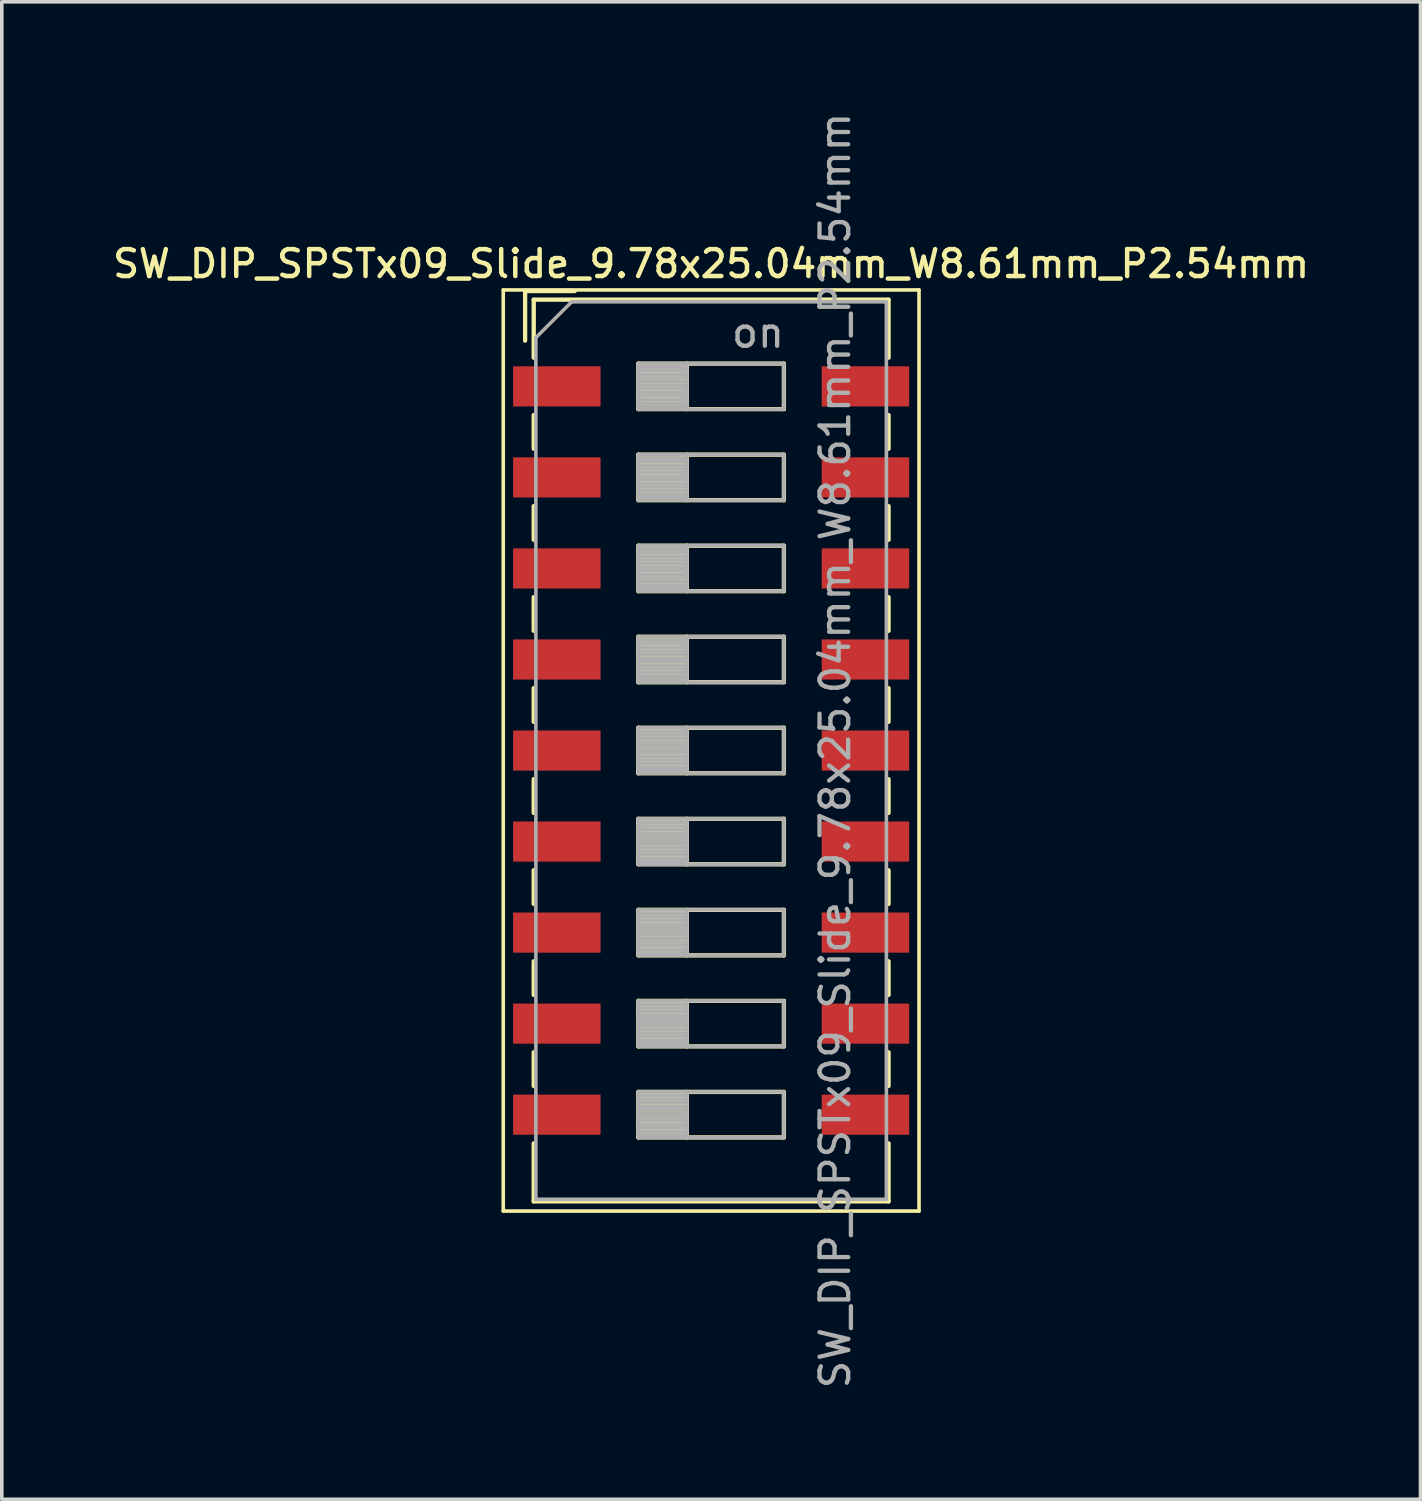
<source format=kicad_pcb>
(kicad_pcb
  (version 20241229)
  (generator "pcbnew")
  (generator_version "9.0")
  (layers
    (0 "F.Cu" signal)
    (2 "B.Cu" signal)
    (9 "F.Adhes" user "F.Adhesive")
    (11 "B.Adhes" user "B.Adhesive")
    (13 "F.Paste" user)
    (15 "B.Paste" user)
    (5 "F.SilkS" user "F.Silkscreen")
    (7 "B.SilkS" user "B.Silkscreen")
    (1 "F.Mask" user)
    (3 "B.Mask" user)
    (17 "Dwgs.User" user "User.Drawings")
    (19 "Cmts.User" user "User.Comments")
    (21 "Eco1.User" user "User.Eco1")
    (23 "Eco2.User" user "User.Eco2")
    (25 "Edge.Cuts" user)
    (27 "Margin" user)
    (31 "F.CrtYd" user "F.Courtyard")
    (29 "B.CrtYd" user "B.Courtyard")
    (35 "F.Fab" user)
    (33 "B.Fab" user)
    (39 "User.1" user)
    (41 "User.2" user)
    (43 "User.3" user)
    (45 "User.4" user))
  (footprint "SW_DIP_SPSTx09_Slide_9.78x25.04mm_W8.61mm_P2.54mm"
    (layer "F.Cu")
    (at 16.791 17.89)
    (property "Reference" "SW_DIP_SPSTx09_Slide_9.78x25.04mm_W8.61mm_P2.54mm" (at 0 -13.58 0) (layer "F.SilkS") (effects (font (size 0.75 0.75) (thickness 0.125))))
    (attr smd)
    (fp_line (start -5.8 -12.85) (end -5.8 12.85) (stroke (width 0.1) (type solid)) (layer "F.SilkS"))
    (fp_line (start -5.8 12.85) (end 5.8 12.85) (stroke (width 0.1) (type solid)) (layer "F.SilkS"))
    (fp_line (start -5.19 -12.82) (end -5.19 -11.437) (stroke (width 0.12) (type solid)) (layer "F.SilkS"))
    (fp_line (start -5.19 -12.82) (end -3.806 -12.82) (stroke (width 0.12) (type solid)) (layer "F.SilkS"))
    (fp_line (start -4.95 -12.58) (end -4.95 -10.96) (stroke (width 0.12) (type solid)) (layer "F.SilkS"))
    (fp_line (start -4.95 -12.58) (end 4.95 -12.58) (stroke (width 0.12) (type solid)) (layer "F.SilkS"))
    (fp_line (start -4.95 -9.36) (end -4.95 -8.42) (stroke (width 0.12) (type solid)) (layer "F.SilkS"))
    (fp_line (start -4.95 -6.82) (end -4.95 -5.88) (stroke (width 0.12) (type solid)) (layer "F.SilkS"))
    (fp_line (start -4.95 -4.28) (end -4.95 -3.34) (stroke (width 0.12) (type solid)) (layer "F.SilkS"))
    (fp_line (start -4.95 -1.74) (end -4.95 -0.8) (stroke (width 0.12) (type solid)) (layer "F.SilkS"))
    (fp_line (start -4.95 0.8) (end -4.95 1.74) (stroke (width 0.12) (type solid)) (layer "F.SilkS"))
    (fp_line (start -4.95 3.34) (end -4.95 4.28) (stroke (width 0.12) (type solid)) (layer "F.SilkS"))
    (fp_line (start -4.95 5.88) (end -4.95 6.82) (stroke (width 0.12) (type solid)) (layer "F.SilkS"))
    (fp_line (start -4.95 8.42) (end -4.95 9.36) (stroke (width 0.12) (type solid)) (layer "F.SilkS"))
    (fp_line (start -4.95 10.96) (end -4.95 12.58) (stroke (width 0.12) (type solid)) (layer "F.SilkS"))
    (fp_line (start -4.95 12.58) (end 4.95 12.58) (stroke (width 0.12) (type solid)) (layer "F.SilkS"))
    (fp_line (start -2.03 -10.795) (end -2.03 -9.525) (stroke (width 0.12) (type solid)) (layer "F.SilkS"))
    (fp_line (start -2.03 -10.675) (end -0.677 -10.675) (stroke (width 0.12) (type solid)) (layer "F.SilkS"))
    (fp_line (start -2.03 -10.555) (end -0.677 -10.555) (stroke (width 0.12) (type solid)) (layer "F.SilkS"))
    (fp_line (start -2.03 -10.435) (end -0.677 -10.435) (stroke (width 0.12) (type solid)) (layer "F.SilkS"))
    (fp_line (start -2.03 -10.315) (end -0.677 -10.315) (stroke (width 0.12) (type solid)) (layer "F.SilkS"))
    (fp_line (start -2.03 -10.195) (end -0.677 -10.195) (stroke (width 0.12) (type solid)) (layer "F.SilkS"))
    (fp_line (start -2.03 -10.075) (end -0.677 -10.075) (stroke (width 0.12) (type solid)) (layer "F.SilkS"))
    (fp_line (start -2.03 -9.955) (end -0.677 -9.955) (stroke (width 0.12) (type solid)) (layer "F.SilkS"))
    (fp_line (start -2.03 -9.835) (end -0.677 -9.835) (stroke (width 0.12) (type solid)) (layer "F.SilkS"))
    (fp_line (start -2.03 -9.715) (end -0.677 -9.715) (stroke (width 0.12) (type solid)) (layer "F.SilkS"))
    (fp_line (start -2.03 -9.595) (end -0.677 -9.595) (stroke (width 0.12) (type solid)) (layer "F.SilkS"))
    (fp_line (start -2.03 -9.525) (end 2.03 -9.525) (stroke (width 0.12) (type solid)) (layer "F.SilkS"))
    (fp_line (start -2.03 -8.255) (end -2.03 -6.985) (stroke (width 0.12) (type solid)) (layer "F.SilkS"))
    (fp_line (start -2.03 -8.135) (end -0.677 -8.135) (stroke (width 0.12) (type solid)) (layer "F.SilkS"))
    (fp_line (start -2.03 -8.015) (end -0.677 -8.015) (stroke (width 0.12) (type solid)) (layer "F.SilkS"))
    (fp_line (start -2.03 -7.895) (end -0.677 -7.895) (stroke (width 0.12) (type solid)) (layer "F.SilkS"))
    (fp_line (start -2.03 -7.775) (end -0.677 -7.775) (stroke (width 0.12) (type solid)) (layer "F.SilkS"))
    (fp_line (start -2.03 -7.655) (end -0.677 -7.655) (stroke (width 0.12) (type solid)) (layer "F.SilkS"))
    (fp_line (start -2.03 -7.535) (end -0.677 -7.535) (stroke (width 0.12) (type solid)) (layer "F.SilkS"))
    (fp_line (start -2.03 -7.415) (end -0.677 -7.415) (stroke (width 0.12) (type solid)) (layer "F.SilkS"))
    (fp_line (start -2.03 -7.295) (end -0.677 -7.295) (stroke (width 0.12) (type solid)) (layer "F.SilkS"))
    (fp_line (start -2.03 -7.175) (end -0.677 -7.175) (stroke (width 0.12) (type solid)) (layer "F.SilkS"))
    (fp_line (start -2.03 -7.055) (end -0.677 -7.055) (stroke (width 0.12) (type solid)) (layer "F.SilkS"))
    (fp_line (start -2.03 -6.985) (end 2.03 -6.985) (stroke (width 0.12) (type solid)) (layer "F.SilkS"))
    (fp_line (start -2.03 -5.715) (end -2.03 -4.445) (stroke (width 0.12) (type solid)) (layer "F.SilkS"))
    (fp_line (start -2.03 -5.595) (end -0.677 -5.595) (stroke (width 0.12) (type solid)) (layer "F.SilkS"))
    (fp_line (start -2.03 -5.475) (end -0.677 -5.475) (stroke (width 0.12) (type solid)) (layer "F.SilkS"))
    (fp_line (start -2.03 -5.355) (end -0.677 -5.355) (stroke (width 0.12) (type solid)) (layer "F.SilkS"))
    (fp_line (start -2.03 -5.235) (end -0.677 -5.235) (stroke (width 0.12) (type solid)) (layer "F.SilkS"))
    (fp_line (start -2.03 -5.115) (end -0.677 -5.115) (stroke (width 0.12) (type solid)) (layer "F.SilkS"))
    (fp_line (start -2.03 -4.995) (end -0.677 -4.995) (stroke (width 0.12) (type solid)) (layer "F.SilkS"))
    (fp_line (start -2.03 -4.875) (end -0.677 -4.875) (stroke (width 0.12) (type solid)) (layer "F.SilkS"))
    (fp_line (start -2.03 -4.755) (end -0.677 -4.755) (stroke (width 0.12) (type solid)) (layer "F.SilkS"))
    (fp_line (start -2.03 -4.635) (end -0.677 -4.635) (stroke (width 0.12) (type solid)) (layer "F.SilkS"))
    (fp_line (start -2.03 -4.515) (end -0.677 -4.515) (stroke (width 0.12) (type solid)) (layer "F.SilkS"))
    (fp_line (start -2.03 -4.445) (end 2.03 -4.445) (stroke (width 0.12) (type solid)) (layer "F.SilkS"))
    (fp_line (start -2.03 -3.175) (end -2.03 -1.905) (stroke (width 0.12) (type solid)) (layer "F.SilkS"))
    (fp_line (start -2.03 -3.055) (end -0.677 -3.055) (stroke (width 0.12) (type solid)) (layer "F.SilkS"))
    (fp_line (start -2.03 -2.935) (end -0.677 -2.935) (stroke (width 0.12) (type solid)) (layer "F.SilkS"))
    (fp_line (start -2.03 -2.815) (end -0.677 -2.815) (stroke (width 0.12) (type solid)) (layer "F.SilkS"))
    (fp_line (start -2.03 -2.695) (end -0.677 -2.695) (stroke (width 0.12) (type solid)) (layer "F.SilkS"))
    (fp_line (start -2.03 -2.575) (end -0.677 -2.575) (stroke (width 0.12) (type solid)) (layer "F.SilkS"))
    (fp_line (start -2.03 -2.455) (end -0.677 -2.455) (stroke (width 0.12) (type solid)) (layer "F.SilkS"))
    (fp_line (start -2.03 -2.335) (end -0.677 -2.335) (stroke (width 0.12) (type solid)) (layer "F.SilkS"))
    (fp_line (start -2.03 -2.215) (end -0.677 -2.215) (stroke (width 0.12) (type solid)) (layer "F.SilkS"))
    (fp_line (start -2.03 -2.095) (end -0.677 -2.095) (stroke (width 0.12) (type solid)) (layer "F.SilkS"))
    (fp_line (start -2.03 -1.975) (end -0.677 -1.975) (stroke (width 0.12) (type solid)) (layer "F.SilkS"))
    (fp_line (start -2.03 -1.905) (end 2.03 -1.905) (stroke (width 0.12) (type solid)) (layer "F.SilkS"))
    (fp_line (start -2.03 -0.635) (end -2.03 0.635) (stroke (width 0.12) (type solid)) (layer "F.SilkS"))
    (fp_line (start -2.03 -0.515) (end -0.677 -0.515) (stroke (width 0.12) (type solid)) (layer "F.SilkS"))
    (fp_line (start -2.03 -0.395) (end -0.677 -0.395) (stroke (width 0.12) (type solid)) (layer "F.SilkS"))
    (fp_line (start -2.03 -0.275) (end -0.677 -0.275) (stroke (width 0.12) (type solid)) (layer "F.SilkS"))
    (fp_line (start -2.03 -0.155) (end -0.677 -0.155) (stroke (width 0.12) (type solid)) (layer "F.SilkS"))
    (fp_line (start -2.03 -0.035) (end -0.677 -0.035) (stroke (width 0.12) (type solid)) (layer "F.SilkS"))
    (fp_line (start -2.03 0.085) (end -0.677 0.085) (stroke (width 0.12) (type solid)) (layer "F.SilkS"))
    (fp_line (start -2.03 0.205) (end -0.677 0.205) (stroke (width 0.12) (type solid)) (layer "F.SilkS"))
    (fp_line (start -2.03 0.325) (end -0.677 0.325) (stroke (width 0.12) (type solid)) (layer "F.SilkS"))
    (fp_line (start -2.03 0.445) (end -0.677 0.445) (stroke (width 0.12) (type solid)) (layer "F.SilkS"))
    (fp_line (start -2.03 0.565) (end -0.677 0.565) (stroke (width 0.12) (type solid)) (layer "F.SilkS"))
    (fp_line (start -2.03 0.635) (end 2.03 0.635) (stroke (width 0.12) (type solid)) (layer "F.SilkS"))
    (fp_line (start -2.03 1.905) (end -2.03 3.175) (stroke (width 0.12) (type solid)) (layer "F.SilkS"))
    (fp_line (start -2.03 2.025) (end -0.677 2.025) (stroke (width 0.12) (type solid)) (layer "F.SilkS"))
    (fp_line (start -2.03 2.145) (end -0.677 2.145) (stroke (width 0.12) (type solid)) (layer "F.SilkS"))
    (fp_line (start -2.03 2.265) (end -0.677 2.265) (stroke (width 0.12) (type solid)) (layer "F.SilkS"))
    (fp_line (start -2.03 2.385) (end -0.677 2.385) (stroke (width 0.12) (type solid)) (layer "F.SilkS"))
    (fp_line (start -2.03 2.505) (end -0.677 2.505) (stroke (width 0.12) (type solid)) (layer "F.SilkS"))
    (fp_line (start -2.03 2.625) (end -0.677 2.625) (stroke (width 0.12) (type solid)) (layer "F.SilkS"))
    (fp_line (start -2.03 2.745) (end -0.677 2.745) (stroke (width 0.12) (type solid)) (layer "F.SilkS"))
    (fp_line (start -2.03 2.865) (end -0.677 2.865) (stroke (width 0.12) (type solid)) (layer "F.SilkS"))
    (fp_line (start -2.03 2.985) (end -0.677 2.985) (stroke (width 0.12) (type solid)) (layer "F.SilkS"))
    (fp_line (start -2.03 3.105) (end -0.677 3.105) (stroke (width 0.12) (type solid)) (layer "F.SilkS"))
    (fp_line (start -2.03 3.175) (end 2.03 3.175) (stroke (width 0.12) (type solid)) (layer "F.SilkS"))
    (fp_line (start -2.03 4.445) (end -2.03 5.715) (stroke (width 0.12) (type solid)) (layer "F.SilkS"))
    (fp_line (start -2.03 4.565) (end -0.677 4.565) (stroke (width 0.12) (type solid)) (layer "F.SilkS"))
    (fp_line (start -2.03 4.685) (end -0.677 4.685) (stroke (width 0.12) (type solid)) (layer "F.SilkS"))
    (fp_line (start -2.03 4.805) (end -0.677 4.805) (stroke (width 0.12) (type solid)) (layer "F.SilkS"))
    (fp_line (start -2.03 4.925) (end -0.677 4.925) (stroke (width 0.12) (type solid)) (layer "F.SilkS"))
    (fp_line (start -2.03 5.045) (end -0.677 5.045) (stroke (width 0.12) (type solid)) (layer "F.SilkS"))
    (fp_line (start -2.03 5.165) (end -0.677 5.165) (stroke (width 0.12) (type solid)) (layer "F.SilkS"))
    (fp_line (start -2.03 5.285) (end -0.677 5.285) (stroke (width 0.12) (type solid)) (layer "F.SilkS"))
    (fp_line (start -2.03 5.405) (end -0.677 5.405) (stroke (width 0.12) (type solid)) (layer "F.SilkS"))
    (fp_line (start -2.03 5.525) (end -0.677 5.525) (stroke (width 0.12) (type solid)) (layer "F.SilkS"))
    (fp_line (start -2.03 5.645) (end -0.677 5.645) (stroke (width 0.12) (type solid)) (layer "F.SilkS"))
    (fp_line (start -2.03 5.715) (end 2.03 5.715) (stroke (width 0.12) (type solid)) (layer "F.SilkS"))
    (fp_line (start -2.03 6.985) (end -2.03 8.255) (stroke (width 0.12) (type solid)) (layer "F.SilkS"))
    (fp_line (start -2.03 7.105) (end -0.677 7.105) (stroke (width 0.12) (type solid)) (layer "F.SilkS"))
    (fp_line (start -2.03 7.225) (end -0.677 7.225) (stroke (width 0.12) (type solid)) (layer "F.SilkS"))
    (fp_line (start -2.03 7.345) (end -0.677 7.345) (stroke (width 0.12) (type solid)) (layer "F.SilkS"))
    (fp_line (start -2.03 7.465) (end -0.677 7.465) (stroke (width 0.12) (type solid)) (layer "F.SilkS"))
    (fp_line (start -2.03 7.585) (end -0.677 7.585) (stroke (width 0.12) (type solid)) (layer "F.SilkS"))
    (fp_line (start -2.03 7.705) (end -0.677 7.705) (stroke (width 0.12) (type solid)) (layer "F.SilkS"))
    (fp_line (start -2.03 7.825) (end -0.677 7.825) (stroke (width 0.12) (type solid)) (layer "F.SilkS"))
    (fp_line (start -2.03 7.945) (end -0.677 7.945) (stroke (width 0.12) (type solid)) (layer "F.SilkS"))
    (fp_line (start -2.03 8.065) (end -0.677 8.065) (stroke (width 0.12) (type solid)) (layer "F.SilkS"))
    (fp_line (start -2.03 8.185) (end -0.677 8.185) (stroke (width 0.12) (type solid)) (layer "F.SilkS"))
    (fp_line (start -2.03 8.255) (end 2.03 8.255) (stroke (width 0.12) (type solid)) (layer "F.SilkS"))
    (fp_line (start -2.03 9.525) (end -2.03 10.795) (stroke (width 0.12) (type solid)) (layer "F.SilkS"))
    (fp_line (start -2.03 9.645) (end -0.677 9.645) (stroke (width 0.12) (type solid)) (layer "F.SilkS"))
    (fp_line (start -2.03 9.765) (end -0.677 9.765) (stroke (width 0.12) (type solid)) (layer "F.SilkS"))
    (fp_line (start -2.03 9.885) (end -0.677 9.885) (stroke (width 0.12) (type solid)) (layer "F.SilkS"))
    (fp_line (start -2.03 10.005) (end -0.677 10.005) (stroke (width 0.12) (type solid)) (layer "F.SilkS"))
    (fp_line (start -2.03 10.125) (end -0.677 10.125) (stroke (width 0.12) (type solid)) (layer "F.SilkS"))
    (fp_line (start -2.03 10.245) (end -0.677 10.245) (stroke (width 0.12) (type solid)) (layer "F.SilkS"))
    (fp_line (start -2.03 10.365) (end -0.677 10.365) (stroke (width 0.12) (type solid)) (layer "F.SilkS"))
    (fp_line (start -2.03 10.485) (end -0.677 10.485) (stroke (width 0.12) (type solid)) (layer "F.SilkS"))
    (fp_line (start -2.03 10.605) (end -0.677 10.605) (stroke (width 0.12) (type solid)) (layer "F.SilkS"))
    (fp_line (start -2.03 10.725) (end -0.677 10.725) (stroke (width 0.12) (type solid)) (layer "F.SilkS"))
    (fp_line (start -2.03 10.795) (end 2.03 10.795) (stroke (width 0.12) (type solid)) (layer "F.SilkS"))
    (fp_line (start -0.677 -10.795) (end -0.677 -9.525) (stroke (width 0.12) (type solid)) (layer "F.SilkS"))
    (fp_line (start -0.677 -8.255) (end -0.677 -6.985) (stroke (width 0.12) (type solid)) (layer "F.SilkS"))
    (fp_line (start -0.677 -5.715) (end -0.677 -4.445) (stroke (width 0.12) (type solid)) (layer "F.SilkS"))
    (fp_line (start -0.677 -3.175) (end -0.677 -1.905) (stroke (width 0.12) (type solid)) (layer "F.SilkS"))
    (fp_line (start -0.677 -0.635) (end -0.677 0.635) (stroke (width 0.12) (type solid)) (layer "F.SilkS"))
    (fp_line (start -0.677 1.905) (end -0.677 3.175) (stroke (width 0.12) (type solid)) (layer "F.SilkS"))
    (fp_line (start -0.677 4.445) (end -0.677 5.715) (stroke (width 0.12) (type solid)) (layer "F.SilkS"))
    (fp_line (start -0.677 6.985) (end -0.677 8.255) (stroke (width 0.12) (type solid)) (layer "F.SilkS"))
    (fp_line (start -0.677 9.525) (end -0.677 10.795) (stroke (width 0.12) (type solid)) (layer "F.SilkS"))
    (fp_line (start 2.03 -10.795) (end -2.03 -10.795) (stroke (width 0.12) (type solid)) (layer "F.SilkS"))
    (fp_line (start 2.03 -9.525) (end 2.03 -10.795) (stroke (width 0.12) (type solid)) (layer "F.SilkS"))
    (fp_line (start 2.03 -8.255) (end -2.03 -8.255) (stroke (width 0.12) (type solid)) (layer "F.SilkS"))
    (fp_line (start 2.03 -6.985) (end 2.03 -8.255) (stroke (width 0.12) (type solid)) (layer "F.SilkS"))
    (fp_line (start 2.03 -5.715) (end -2.03 -5.715) (stroke (width 0.12) (type solid)) (layer "F.SilkS"))
    (fp_line (start 2.03 -4.445) (end 2.03 -5.715) (stroke (width 0.12) (type solid)) (layer "F.SilkS"))
    (fp_line (start 2.03 -3.175) (end -2.03 -3.175) (stroke (width 0.12) (type solid)) (layer "F.SilkS"))
    (fp_line (start 2.03 -1.905) (end 2.03 -3.175) (stroke (width 0.12) (type solid)) (layer "F.SilkS"))
    (fp_line (start 2.03 -0.635) (end -2.03 -0.635) (stroke (width 0.12) (type solid)) (layer "F.SilkS"))
    (fp_line (start 2.03 0.635) (end 2.03 -0.635) (stroke (width 0.12) (type solid)) (layer "F.SilkS"))
    (fp_line (start 2.03 1.905) (end -2.03 1.905) (stroke (width 0.12) (type solid)) (layer "F.SilkS"))
    (fp_line (start 2.03 3.175) (end 2.03 1.905) (stroke (width 0.12) (type solid)) (layer "F.SilkS"))
    (fp_line (start 2.03 4.445) (end -2.03 4.445) (stroke (width 0.12) (type solid)) (layer "F.SilkS"))
    (fp_line (start 2.03 5.715) (end 2.03 4.445) (stroke (width 0.12) (type solid)) (layer "F.SilkS"))
    (fp_line (start 2.03 6.985) (end -2.03 6.985) (stroke (width 0.12) (type solid)) (layer "F.SilkS"))
    (fp_line (start 2.03 8.255) (end 2.03 6.985) (stroke (width 0.12) (type solid)) (layer "F.SilkS"))
    (fp_line (start 2.03 9.525) (end -2.03 9.525) (stroke (width 0.12) (type solid)) (layer "F.SilkS"))
    (fp_line (start 2.03 10.795) (end 2.03 9.525) (stroke (width 0.12) (type solid)) (layer "F.SilkS"))
    (fp_line (start 4.95 -12.58) (end 4.95 -10.96) (stroke (width 0.12) (type solid)) (layer "F.SilkS"))
    (fp_line (start 4.95 -9.359) (end 4.95 -8.419) (stroke (width 0.12) (type solid)) (layer "F.SilkS"))
    (fp_line (start 4.95 -6.819) (end 4.95 -5.879) (stroke (width 0.12) (type solid)) (layer "F.SilkS"))
    (fp_line (start 4.95 -4.279) (end 4.95 -3.339) (stroke (width 0.12) (type solid)) (layer "F.SilkS"))
    (fp_line (start 4.95 -1.739) (end 4.95 -0.799) (stroke (width 0.12) (type solid)) (layer "F.SilkS"))
    (fp_line (start 4.95 0.801) (end 4.95 1.741) (stroke (width 0.12) (type solid)) (layer "F.SilkS"))
    (fp_line (start 4.95 3.341) (end 4.95 4.281) (stroke (width 0.12) (type solid)) (layer "F.SilkS"))
    (fp_line (start 4.95 5.881) (end 4.95 6.82) (stroke (width 0.12) (type solid)) (layer "F.SilkS"))
    (fp_line (start 4.95 8.42) (end 4.95 9.36) (stroke (width 0.12) (type solid)) (layer "F.SilkS"))
    (fp_line (start 4.95 10.96) (end 4.95 12.58) (stroke (width 0.12) (type solid)) (layer "F.SilkS"))
    (fp_line (start 5.8 -12.85) (end -5.8 -12.85) (stroke (width 0.1) (type solid)) (layer "F.SilkS"))
    (fp_line (start 5.8 12.85) (end 5.8 -12.85) (stroke (width 0.1) (type solid)) (layer "F.SilkS"))
    (fp_line (start -4.89 -11.52) (end -3.89 -12.52) (stroke (width 0.1) (type solid)) (layer "F.Fab"))
    (fp_line (start -4.89 12.52) (end -4.89 -11.52) (stroke (width 0.1) (type solid)) (layer "F.Fab"))
    (fp_line (start -3.89 -12.52) (end 4.89 -12.52) (stroke (width 0.1) (type solid)) (layer "F.Fab"))
    (fp_line (start -2.03 -10.795) (end -2.03 -9.525) (stroke (width 0.1) (type solid)) (layer "F.Fab"))
    (fp_line (start -2.03 -10.695) (end -0.677 -10.695) (stroke (width 0.1) (type solid)) (layer "F.Fab"))
    (fp_line (start -2.03 -10.595) (end -0.677 -10.595) (stroke (width 0.1) (type solid)) (layer "F.Fab"))
    (fp_line (start -2.03 -10.495) (end -0.677 -10.495) (stroke (width 0.1) (type solid)) (layer "F.Fab"))
    (fp_line (start -2.03 -10.395) (end -0.677 -10.395) (stroke (width 0.1) (type solid)) (layer "F.Fab"))
    (fp_line (start -2.03 -10.295) (end -0.677 -10.295) (stroke (width 0.1) (type solid)) (layer "F.Fab"))
    (fp_line (start -2.03 -10.195) (end -0.677 -10.195) (stroke (width 0.1) (type solid)) (layer "F.Fab"))
    (fp_line (start -2.03 -10.095) (end -0.677 -10.095) (stroke (width 0.1) (type solid)) (layer "F.Fab"))
    (fp_line (start -2.03 -9.995) (end -0.677 -9.995) (stroke (width 0.1) (type solid)) (layer "F.Fab"))
    (fp_line (start -2.03 -9.895) (end -0.677 -9.895) (stroke (width 0.1) (type solid)) (layer "F.Fab"))
    (fp_line (start -2.03 -9.795) (end -0.677 -9.795) (stroke (width 0.1) (type solid)) (layer "F.Fab"))
    (fp_line (start -2.03 -9.695) (end -0.677 -9.695) (stroke (width 0.1) (type solid)) (layer "F.Fab"))
    (fp_line (start -2.03 -9.595) (end -0.677 -9.595) (stroke (width 0.1) (type solid)) (layer "F.Fab"))
    (fp_line (start -2.03 -9.525) (end 2.03 -9.525) (stroke (width 0.1) (type solid)) (layer "F.Fab"))
    (fp_line (start -2.03 -8.255) (end -2.03 -6.985) (stroke (width 0.1) (type solid)) (layer "F.Fab"))
    (fp_line (start -2.03 -8.155) (end -0.677 -8.155) (stroke (width 0.1) (type solid)) (layer "F.Fab"))
    (fp_line (start -2.03 -8.055) (end -0.677 -8.055) (stroke (width 0.1) (type solid)) (layer "F.Fab"))
    (fp_line (start -2.03 -7.955) (end -0.677 -7.955) (stroke (width 0.1) (type solid)) (layer "F.Fab"))
    (fp_line (start -2.03 -7.855) (end -0.677 -7.855) (stroke (width 0.1) (type solid)) (layer "F.Fab"))
    (fp_line (start -2.03 -7.755) (end -0.677 -7.755) (stroke (width 0.1) (type solid)) (layer "F.Fab"))
    (fp_line (start -2.03 -7.655) (end -0.677 -7.655) (stroke (width 0.1) (type solid)) (layer "F.Fab"))
    (fp_line (start -2.03 -7.555) (end -0.677 -7.555) (stroke (width 0.1) (type solid)) (layer "F.Fab"))
    (fp_line (start -2.03 -7.455) (end -0.677 -7.455) (stroke (width 0.1) (type solid)) (layer "F.Fab"))
    (fp_line (start -2.03 -7.355) (end -0.677 -7.355) (stroke (width 0.1) (type solid)) (layer "F.Fab"))
    (fp_line (start -2.03 -7.255) (end -0.677 -7.255) (stroke (width 0.1) (type solid)) (layer "F.Fab"))
    (fp_line (start -2.03 -7.155) (end -0.677 -7.155) (stroke (width 0.1) (type solid)) (layer "F.Fab"))
    (fp_line (start -2.03 -7.055) (end -0.677 -7.055) (stroke (width 0.1) (type solid)) (layer "F.Fab"))
    (fp_line (start -2.03 -6.985) (end 2.03 -6.985) (stroke (width 0.1) (type solid)) (layer "F.Fab"))
    (fp_line (start -2.03 -5.715) (end -2.03 -4.445) (stroke (width 0.1) (type solid)) (layer "F.Fab"))
    (fp_line (start -2.03 -5.615) (end -0.677 -5.615) (stroke (width 0.1) (type solid)) (layer "F.Fab"))
    (fp_line (start -2.03 -5.515) (end -0.677 -5.515) (stroke (width 0.1) (type solid)) (layer "F.Fab"))
    (fp_line (start -2.03 -5.415) (end -0.677 -5.415) (stroke (width 0.1) (type solid)) (layer "F.Fab"))
    (fp_line (start -2.03 -5.315) (end -0.677 -5.315) (stroke (width 0.1) (type solid)) (layer "F.Fab"))
    (fp_line (start -2.03 -5.215) (end -0.677 -5.215) (stroke (width 0.1) (type solid)) (layer "F.Fab"))
    (fp_line (start -2.03 -5.115) (end -0.677 -5.115) (stroke (width 0.1) (type solid)) (layer "F.Fab"))
    (fp_line (start -2.03 -5.015) (end -0.677 -5.015) (stroke (width 0.1) (type solid)) (layer "F.Fab"))
    (fp_line (start -2.03 -4.915) (end -0.677 -4.915) (stroke (width 0.1) (type solid)) (layer "F.Fab"))
    (fp_line (start -2.03 -4.815) (end -0.677 -4.815) (stroke (width 0.1) (type solid)) (layer "F.Fab"))
    (fp_line (start -2.03 -4.715) (end -0.677 -4.715) (stroke (width 0.1) (type solid)) (layer "F.Fab"))
    (fp_line (start -2.03 -4.615) (end -0.677 -4.615) (stroke (width 0.1) (type solid)) (layer "F.Fab"))
    (fp_line (start -2.03 -4.515) (end -0.677 -4.515) (stroke (width 0.1) (type solid)) (layer "F.Fab"))
    (fp_line (start -2.03 -4.445) (end 2.03 -4.445) (stroke (width 0.1) (type solid)) (layer "F.Fab"))
    (fp_line (start -2.03 -3.175) (end -2.03 -1.905) (stroke (width 0.1) (type solid)) (layer "F.Fab"))
    (fp_line (start -2.03 -3.075) (end -0.677 -3.075) (stroke (width 0.1) (type solid)) (layer "F.Fab"))
    (fp_line (start -2.03 -2.975) (end -0.677 -2.975) (stroke (width 0.1) (type solid)) (layer "F.Fab"))
    (fp_line (start -2.03 -2.875) (end -0.677 -2.875) (stroke (width 0.1) (type solid)) (layer "F.Fab"))
    (fp_line (start -2.03 -2.775) (end -0.677 -2.775) (stroke (width 0.1) (type solid)) (layer "F.Fab"))
    (fp_line (start -2.03 -2.675) (end -0.677 -2.675) (stroke (width 0.1) (type solid)) (layer "F.Fab"))
    (fp_line (start -2.03 -2.575) (end -0.677 -2.575) (stroke (width 0.1) (type solid)) (layer "F.Fab"))
    (fp_line (start -2.03 -2.475) (end -0.677 -2.475) (stroke (width 0.1) (type solid)) (layer "F.Fab"))
    (fp_line (start -2.03 -2.375) (end -0.677 -2.375) (stroke (width 0.1) (type solid)) (layer "F.Fab"))
    (fp_line (start -2.03 -2.275) (end -0.677 -2.275) (stroke (width 0.1) (type solid)) (layer "F.Fab"))
    (fp_line (start -2.03 -2.175) (end -0.677 -2.175) (stroke (width 0.1) (type solid)) (layer "F.Fab"))
    (fp_line (start -2.03 -2.075) (end -0.677 -2.075) (stroke (width 0.1) (type solid)) (layer "F.Fab"))
    (fp_line (start -2.03 -1.975) (end -0.677 -1.975) (stroke (width 0.1) (type solid)) (layer "F.Fab"))
    (fp_line (start -2.03 -1.905) (end 2.03 -1.905) (stroke (width 0.1) (type solid)) (layer "F.Fab"))
    (fp_line (start -2.03 -0.635) (end -2.03 0.635) (stroke (width 0.1) (type solid)) (layer "F.Fab"))
    (fp_line (start -2.03 -0.535) (end -0.677 -0.535) (stroke (width 0.1) (type solid)) (layer "F.Fab"))
    (fp_line (start -2.03 -0.435) (end -0.677 -0.435) (stroke (width 0.1) (type solid)) (layer "F.Fab"))
    (fp_line (start -2.03 -0.335) (end -0.677 -0.335) (stroke (width 0.1) (type solid)) (layer "F.Fab"))
    (fp_line (start -2.03 -0.235) (end -0.677 -0.235) (stroke (width 0.1) (type solid)) (layer "F.Fab"))
    (fp_line (start -2.03 -0.135) (end -0.677 -0.135) (stroke (width 0.1) (type solid)) (layer "F.Fab"))
    (fp_line (start -2.03 -0.035) (end -0.677 -0.035) (stroke (width 0.1) (type solid)) (layer "F.Fab"))
    (fp_line (start -2.03 0.065) (end -0.677 0.065) (stroke (width 0.1) (type solid)) (layer "F.Fab"))
    (fp_line (start -2.03 0.165) (end -0.677 0.165) (stroke (width 0.1) (type solid)) (layer "F.Fab"))
    (fp_line (start -2.03 0.265) (end -0.677 0.265) (stroke (width 0.1) (type solid)) (layer "F.Fab"))
    (fp_line (start -2.03 0.365) (end -0.677 0.365) (stroke (width 0.1) (type solid)) (layer "F.Fab"))
    (fp_line (start -2.03 0.465) (end -0.677 0.465) (stroke (width 0.1) (type solid)) (layer "F.Fab"))
    (fp_line (start -2.03 0.565) (end -0.677 0.565) (stroke (width 0.1) (type solid)) (layer "F.Fab"))
    (fp_line (start -2.03 0.635) (end 2.03 0.635) (stroke (width 0.1) (type solid)) (layer "F.Fab"))
    (fp_line (start -2.03 1.905) (end -2.03 3.175) (stroke (width 0.1) (type solid)) (layer "F.Fab"))
    (fp_line (start -2.03 2.005) (end -0.677 2.005) (stroke (width 0.1) (type solid)) (layer "F.Fab"))
    (fp_line (start -2.03 2.105) (end -0.677 2.105) (stroke (width 0.1) (type solid)) (layer "F.Fab"))
    (fp_line (start -2.03 2.205) (end -0.677 2.205) (stroke (width 0.1) (type solid)) (layer "F.Fab"))
    (fp_line (start -2.03 2.305) (end -0.677 2.305) (stroke (width 0.1) (type solid)) (layer "F.Fab"))
    (fp_line (start -2.03 2.405) (end -0.677 2.405) (stroke (width 0.1) (type solid)) (layer "F.Fab"))
    (fp_line (start -2.03 2.505) (end -0.677 2.505) (stroke (width 0.1) (type solid)) (layer "F.Fab"))
    (fp_line (start -2.03 2.605) (end -0.677 2.605) (stroke (width 0.1) (type solid)) (layer "F.Fab"))
    (fp_line (start -2.03 2.705) (end -0.677 2.705) (stroke (width 0.1) (type solid)) (layer "F.Fab"))
    (fp_line (start -2.03 2.805) (end -0.677 2.805) (stroke (width 0.1) (type solid)) (layer "F.Fab"))
    (fp_line (start -2.03 2.905) (end -0.677 2.905) (stroke (width 0.1) (type solid)) (layer "F.Fab"))
    (fp_line (start -2.03 3.005) (end -0.677 3.005) (stroke (width 0.1) (type solid)) (layer "F.Fab"))
    (fp_line (start -2.03 3.105) (end -0.677 3.105) (stroke (width 0.1) (type solid)) (layer "F.Fab"))
    (fp_line (start -2.03 3.175) (end 2.03 3.175) (stroke (width 0.1) (type solid)) (layer "F.Fab"))
    (fp_line (start -2.03 4.445) (end -2.03 5.715) (stroke (width 0.1) (type solid)) (layer "F.Fab"))
    (fp_line (start -2.03 4.545) (end -0.677 4.545) (stroke (width 0.1) (type solid)) (layer "F.Fab"))
    (fp_line (start -2.03 4.645) (end -0.677 4.645) (stroke (width 0.1) (type solid)) (layer "F.Fab"))
    (fp_line (start -2.03 4.745) (end -0.677 4.745) (stroke (width 0.1) (type solid)) (layer "F.Fab"))
    (fp_line (start -2.03 4.845) (end -0.677 4.845) (stroke (width 0.1) (type solid)) (layer "F.Fab"))
    (fp_line (start -2.03 4.945) (end -0.677 4.945) (stroke (width 0.1) (type solid)) (layer "F.Fab"))
    (fp_line (start -2.03 5.045) (end -0.677 5.045) (stroke (width 0.1) (type solid)) (layer "F.Fab"))
    (fp_line (start -2.03 5.145) (end -0.677 5.145) (stroke (width 0.1) (type solid)) (layer "F.Fab"))
    (fp_line (start -2.03 5.245) (end -0.677 5.245) (stroke (width 0.1) (type solid)) (layer "F.Fab"))
    (fp_line (start -2.03 5.345) (end -0.677 5.345) (stroke (width 0.1) (type solid)) (layer "F.Fab"))
    (fp_line (start -2.03 5.445) (end -0.677 5.445) (stroke (width 0.1) (type solid)) (layer "F.Fab"))
    (fp_line (start -2.03 5.545) (end -0.677 5.545) (stroke (width 0.1) (type solid)) (layer "F.Fab"))
    (fp_line (start -2.03 5.645) (end -0.677 5.645) (stroke (width 0.1) (type solid)) (layer "F.Fab"))
    (fp_line (start -2.03 5.715) (end 2.03 5.715) (stroke (width 0.1) (type solid)) (layer "F.Fab"))
    (fp_line (start -2.03 6.985) (end -2.03 8.255) (stroke (width 0.1) (type solid)) (layer "F.Fab"))
    (fp_line (start -2.03 7.085) (end -0.677 7.085) (stroke (width 0.1) (type solid)) (layer "F.Fab"))
    (fp_line (start -2.03 7.185) (end -0.677 7.185) (stroke (width 0.1) (type solid)) (layer "F.Fab"))
    (fp_line (start -2.03 7.285) (end -0.677 7.285) (stroke (width 0.1) (type solid)) (layer "F.Fab"))
    (fp_line (start -2.03 7.385) (end -0.677 7.385) (stroke (width 0.1) (type solid)) (layer "F.Fab"))
    (fp_line (start -2.03 7.485) (end -0.677 7.485) (stroke (width 0.1) (type solid)) (layer "F.Fab"))
    (fp_line (start -2.03 7.585) (end -0.677 7.585) (stroke (width 0.1) (type solid)) (layer "F.Fab"))
    (fp_line (start -2.03 7.685) (end -0.677 7.685) (stroke (width 0.1) (type solid)) (layer "F.Fab"))
    (fp_line (start -2.03 7.785) (end -0.677 7.785) (stroke (width 0.1) (type solid)) (layer "F.Fab"))
    (fp_line (start -2.03 7.885) (end -0.677 7.885) (stroke (width 0.1) (type solid)) (layer "F.Fab"))
    (fp_line (start -2.03 7.985) (end -0.677 7.985) (stroke (width 0.1) (type solid)) (layer "F.Fab"))
    (fp_line (start -2.03 8.085) (end -0.677 8.085) (stroke (width 0.1) (type solid)) (layer "F.Fab"))
    (fp_line (start -2.03 8.185) (end -0.677 8.185) (stroke (width 0.1) (type solid)) (layer "F.Fab"))
    (fp_line (start -2.03 8.255) (end 2.03 8.255) (stroke (width 0.1) (type solid)) (layer "F.Fab"))
    (fp_line (start -2.03 9.525) (end -2.03 10.795) (stroke (width 0.1) (type solid)) (layer "F.Fab"))
    (fp_line (start -2.03 9.625) (end -0.677 9.625) (stroke (width 0.1) (type solid)) (layer "F.Fab"))
    (fp_line (start -2.03 9.725) (end -0.677 9.725) (stroke (width 0.1) (type solid)) (layer "F.Fab"))
    (fp_line (start -2.03 9.825) (end -0.677 9.825) (stroke (width 0.1) (type solid)) (layer "F.Fab"))
    (fp_line (start -2.03 9.925) (end -0.677 9.925) (stroke (width 0.1) (type solid)) (layer "F.Fab"))
    (fp_line (start -2.03 10.025) (end -0.677 10.025) (stroke (width 0.1) (type solid)) (layer "F.Fab"))
    (fp_line (start -2.03 10.125) (end -0.677 10.125) (stroke (width 0.1) (type solid)) (layer "F.Fab"))
    (fp_line (start -2.03 10.225) (end -0.677 10.225) (stroke (width 0.1) (type solid)) (layer "F.Fab"))
    (fp_line (start -2.03 10.325) (end -0.677 10.325) (stroke (width 0.1) (type solid)) (layer "F.Fab"))
    (fp_line (start -2.03 10.425) (end -0.677 10.425) (stroke (width 0.1) (type solid)) (layer "F.Fab"))
    (fp_line (start -2.03 10.525) (end -0.677 10.525) (stroke (width 0.1) (type solid)) (layer "F.Fab"))
    (fp_line (start -2.03 10.625) (end -0.677 10.625) (stroke (width 0.1) (type solid)) (layer "F.Fab"))
    (fp_line (start -2.03 10.725) (end -0.677 10.725) (stroke (width 0.1) (type solid)) (layer "F.Fab"))
    (fp_line (start -2.03 10.795) (end 2.03 10.795) (stroke (width 0.1) (type solid)) (layer "F.Fab"))
    (fp_line (start -0.677 -10.795) (end -0.677 -9.525) (stroke (width 0.1) (type solid)) (layer "F.Fab"))
    (fp_line (start -0.677 -8.255) (end -0.677 -6.985) (stroke (width 0.1) (type solid)) (layer "F.Fab"))
    (fp_line (start -0.677 -5.715) (end -0.677 -4.445) (stroke (width 0.1) (type solid)) (layer "F.Fab"))
    (fp_line (start -0.677 -3.175) (end -0.677 -1.905) (stroke (width 0.1) (type solid)) (layer "F.Fab"))
    (fp_line (start -0.677 -0.635) (end -0.677 0.635) (stroke (width 0.1) (type solid)) (layer "F.Fab"))
    (fp_line (start -0.677 1.905) (end -0.677 3.175) (stroke (width 0.1) (type solid)) (layer "F.Fab"))
    (fp_line (start -0.677 4.445) (end -0.677 5.715) (stroke (width 0.1) (type solid)) (layer "F.Fab"))
    (fp_line (start -0.677 6.985) (end -0.677 8.255) (stroke (width 0.1) (type solid)) (layer "F.Fab"))
    (fp_line (start -0.677 9.525) (end -0.677 10.795) (stroke (width 0.1) (type solid)) (layer "F.Fab"))
    (fp_line (start 2.03 -10.795) (end -2.03 -10.795) (stroke (width 0.1) (type solid)) (layer "F.Fab"))
    (fp_line (start 2.03 -9.525) (end 2.03 -10.795) (stroke (width 0.1) (type solid)) (layer "F.Fab"))
    (fp_line (start 2.03 -8.255) (end -2.03 -8.255) (stroke (width 0.1) (type solid)) (layer "F.Fab"))
    (fp_line (start 2.03 -6.985) (end 2.03 -8.255) (stroke (width 0.1) (type solid)) (layer "F.Fab"))
    (fp_line (start 2.03 -5.715) (end -2.03 -5.715) (stroke (width 0.1) (type solid)) (layer "F.Fab"))
    (fp_line (start 2.03 -4.445) (end 2.03 -5.715) (stroke (width 0.1) (type solid)) (layer "F.Fab"))
    (fp_line (start 2.03 -3.175) (end -2.03 -3.175) (stroke (width 0.1) (type solid)) (layer "F.Fab"))
    (fp_line (start 2.03 -1.905) (end 2.03 -3.175) (stroke (width 0.1) (type solid)) (layer "F.Fab"))
    (fp_line (start 2.03 -0.635) (end -2.03 -0.635) (stroke (width 0.1) (type solid)) (layer "F.Fab"))
    (fp_line (start 2.03 0.635) (end 2.03 -0.635) (stroke (width 0.1) (type solid)) (layer "F.Fab"))
    (fp_line (start 2.03 1.905) (end -2.03 1.905) (stroke (width 0.1) (type solid)) (layer "F.Fab"))
    (fp_line (start 2.03 3.175) (end 2.03 1.905) (stroke (width 0.1) (type solid)) (layer "F.Fab"))
    (fp_line (start 2.03 4.445) (end -2.03 4.445) (stroke (width 0.1) (type solid)) (layer "F.Fab"))
    (fp_line (start 2.03 5.715) (end 2.03 4.445) (stroke (width 0.1) (type solid)) (layer "F.Fab"))
    (fp_line (start 2.03 6.985) (end -2.03 6.985) (stroke (width 0.1) (type solid)) (layer "F.Fab"))
    (fp_line (start 2.03 8.255) (end 2.03 6.985) (stroke (width 0.1) (type solid)) (layer "F.Fab"))
    (fp_line (start 2.03 9.525) (end -2.03 9.525) (stroke (width 0.1) (type solid)) (layer "F.Fab"))
    (fp_line (start 2.03 10.795) (end 2.03 9.525) (stroke (width 0.1) (type solid)) (layer "F.Fab"))
    (fp_line (start 4.89 -12.52) (end 4.89 12.52) (stroke (width 0.1) (type solid)) (layer "F.Fab"))
    (fp_line (start 4.89 12.52) (end -4.89 12.52) (stroke (width 0.1) (type solid)) (layer "F.Fab"))
    (fp_text user "${REFERENCE}" (at 3.46 0 90) (layer "F.Fab") (effects (font (size 0.8 0.8) (thickness 0.12))))
    (fp_text user "on" (at 1.308 -11.658 0) (layer "F.Fab") (effects (font (size 0.8 0.8) (thickness 0.12))))
    (pad "1" smd rect (at -4.305 -10.16) (size 2.44 1.12) (layers "F.Cu" "F.Mask" "F.Paste"))
    (pad "2" smd rect (at -4.305 -7.62) (size 2.44 1.12) (layers "F.Cu" "F.Mask" "F.Paste"))
    (pad "3" smd rect (at -4.305 -5.08) (size 2.44 1.12) (layers "F.Cu" "F.Mask" "F.Paste"))
    (pad "4" smd rect (at -4.305 -2.54) (size 2.44 1.12) (layers "F.Cu" "F.Mask" "F.Paste"))
    (pad "5" smd rect (at -4.305 0) (size 2.44 1.12) (layers "F.Cu" "F.Mask" "F.Paste"))
    (pad "6" smd rect (at -4.305 2.54) (size 2.44 1.12) (layers "F.Cu" "F.Mask" "F.Paste"))
    (pad "7" smd rect (at -4.305 5.08) (size 2.44 1.12) (layers "F.Cu" "F.Mask" "F.Paste"))
    (pad "8" smd rect (at -4.305 7.62) (size 2.44 1.12) (layers "F.Cu" "F.Mask" "F.Paste"))
    (pad "9" smd rect (at -4.305 10.16) (size 2.44 1.12) (layers "F.Cu" "F.Mask" "F.Paste"))
    (pad "10" smd rect (at 4.305 10.16) (size 2.44 1.12) (layers "F.Cu" "F.Mask" "F.Paste"))
    (pad "11" smd rect (at 4.305 7.62) (size 2.44 1.12) (layers "F.Cu" "F.Mask" "F.Paste"))
    (pad "12" smd rect (at 4.305 5.08) (size 2.44 1.12) (layers "F.Cu" "F.Mask" "F.Paste"))
    (pad "13" smd rect (at 4.305 2.54) (size 2.44 1.12) (layers "F.Cu" "F.Mask" "F.Paste"))
    (pad "14" smd rect (at 4.305 0) (size 2.44 1.12) (layers "F.Cu" "F.Mask" "F.Paste"))
    (pad "15" smd rect (at 4.305 -2.54) (size 2.44 1.12) (layers "F.Cu" "F.Mask" "F.Paste"))
    (pad "16" smd rect (at 4.305 -5.08) (size 2.44 1.12) (layers "F.Cu" "F.Mask" "F.Paste"))
    (pad "17" smd rect (at 4.305 -7.62) (size 2.44 1.12) (layers "F.Cu" "F.Mask" "F.Paste"))
    (pad "18" smd rect (at 4.305 -10.16) (size 2.44 1.12) (layers "F.Cu" "F.Mask" "F.Paste")))
  (gr_rect
    (start -3 -3)
    (end 36.582 38.781)
    (stroke (width 0.1) (type default))
    (fill no)
    (layer "Edge.Cuts")))
</source>
